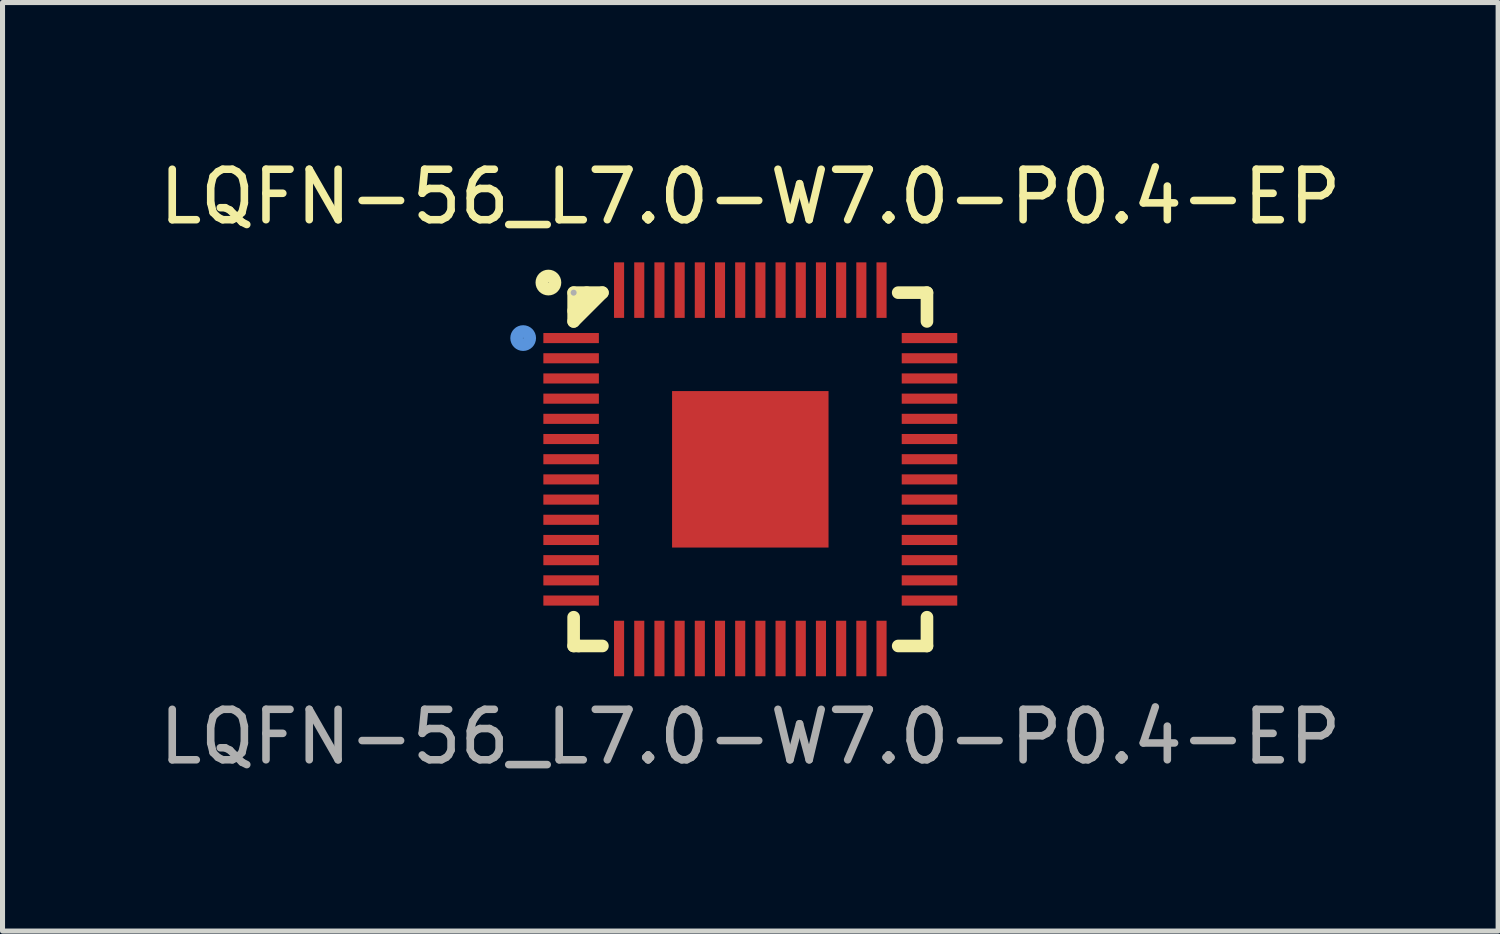
<source format=kicad_pcb>
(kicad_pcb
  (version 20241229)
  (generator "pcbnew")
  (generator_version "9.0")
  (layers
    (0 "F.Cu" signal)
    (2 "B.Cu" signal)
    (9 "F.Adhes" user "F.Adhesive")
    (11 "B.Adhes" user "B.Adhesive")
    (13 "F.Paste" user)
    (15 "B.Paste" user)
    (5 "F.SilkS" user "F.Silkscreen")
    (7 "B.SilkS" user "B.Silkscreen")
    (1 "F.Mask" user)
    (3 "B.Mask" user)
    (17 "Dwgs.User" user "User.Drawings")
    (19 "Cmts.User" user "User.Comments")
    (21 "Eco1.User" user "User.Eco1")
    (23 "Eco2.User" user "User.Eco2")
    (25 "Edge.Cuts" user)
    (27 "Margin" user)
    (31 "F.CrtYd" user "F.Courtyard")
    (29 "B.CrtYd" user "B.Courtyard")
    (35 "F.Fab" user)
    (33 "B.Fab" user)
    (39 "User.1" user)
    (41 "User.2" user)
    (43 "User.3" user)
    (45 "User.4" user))
  (footprint "LQFN-56_L7.0-W7.0-P0.4-EP"
    (layer "F.Cu")
    (at 11.815 6.248)
    (property "Reference" "LQFN-56_L7.0-W7.0-P0.4-EP" (at 0 -5.4 0) (layer "F.SilkS") (effects (font (size 1 1) (thickness 0.15))))
    (attr smd)
    (fp_line (start -3.5 -3.5) (end -2.93 -3.5) (stroke (width 0.25) (type solid)) (layer "F.SilkS"))
    (fp_line (start -3.5 -2.93) (end -3.5 -3.5) (stroke (width 0.25) (type solid)) (layer "F.SilkS"))
    (fp_line (start -3.5 -2.93) (end -2.93 -3.5) (stroke (width 0.25) (type solid)) (layer "F.SilkS"))
    (fp_line (start -3.5 3.5) (end -3.5 2.93) (stroke (width 0.25) (type solid)) (layer "F.SilkS"))
    (fp_line (start -3.4 3.5) (end -3.5 3.5) (stroke (width 0.25) (type solid)) (layer "F.SilkS"))
    (fp_line (start -3.24 -3.5) (end -3.24 -3.4) (stroke (width 0.25) (type solid)) (layer "F.SilkS"))
    (fp_line (start -3.24 -3.4) (end -3.5 -3.14) (stroke (width 0.25) (type solid)) (layer "F.SilkS"))
    (fp_line (start -2.93 3.5) (end -3.4 3.5) (stroke (width 0.25) (type solid)) (layer "F.SilkS"))
    (fp_line (start 2.93 -3.5) (end 3.5 -3.5) (stroke (width 0.25) (type solid)) (layer "F.SilkS"))
    (fp_line (start 3.5 -3.5) (end 3.5 -2.93) (stroke (width 0.25) (type solid)) (layer "F.SilkS"))
    (fp_line (start 3.5 2.93) (end 3.5 3.5) (stroke (width 0.25) (type solid)) (layer "F.SilkS"))
    (fp_line (start 3.5 3.5) (end 2.93 3.5) (stroke (width 0.25) (type solid)) (layer "F.SilkS"))
    (fp_circle (center -4 -3.7) (end -3.87 -3.7) (stroke (width 0.25) (type solid)) (fill no) (layer "F.SilkS"))
    (fp_circle (center -4.5 -2.6) (end -4.37 -2.6) (stroke (width 0.25) (type solid)) (fill no) (layer "Cmts.User"))
    (fp_circle (center -3.5 -3.5) (end -3.47 -3.5) (stroke (width 0.06) (type solid)) (fill no) (layer "F.Fab"))
    (fp_text user "${REFERENCE}" (at 0 5.3 0) (layer "F.Fab") (effects (font (size 1 1) (thickness 0.15))))
    (pad "1" smd rect (at -3.55 -2.6) (size 1.1 0.2) (layers "F.Cu" "F.Mask" "F.Paste"))
    (pad "2" smd rect (at -3.55 -2.2) (size 1.1 0.2) (layers "F.Cu" "F.Mask" "F.Paste"))
    (pad "3" smd rect (at -3.55 -1.8) (size 1.1 0.2) (layers "F.Cu" "F.Mask" "F.Paste"))
    (pad "4" smd rect (at -3.55 -1.4) (size 1.1 0.2) (layers "F.Cu" "F.Mask" "F.Paste"))
    (pad "5" smd rect (at -3.55 -1) (size 1.1 0.2) (layers "F.Cu" "F.Mask" "F.Paste"))
    (pad "6" smd rect (at -3.55 -0.6) (size 1.1 0.2) (layers "F.Cu" "F.Mask" "F.Paste"))
    (pad "7" smd rect (at -3.55 -0.2) (size 1.1 0.2) (layers "F.Cu" "F.Mask" "F.Paste"))
    (pad "8" smd rect (at -3.55 0.2) (size 1.1 0.2) (layers "F.Cu" "F.Mask" "F.Paste"))
    (pad "9" smd rect (at -3.55 0.6) (size 1.1 0.2) (layers "F.Cu" "F.Mask" "F.Paste"))
    (pad "10" smd rect (at -3.55 1) (size 1.1 0.2) (layers "F.Cu" "F.Mask" "F.Paste"))
    (pad "11" smd rect (at -3.55 1.4) (size 1.1 0.2) (layers "F.Cu" "F.Mask" "F.Paste"))
    (pad "12" smd rect (at -3.55 1.8) (size 1.1 0.2) (layers "F.Cu" "F.Mask" "F.Paste"))
    (pad "13" smd rect (at -3.55 2.2) (size 1.1 0.2) (layers "F.Cu" "F.Mask" "F.Paste"))
    (pad "14" smd rect (at -3.55 2.6) (size 1.1 0.2) (layers "F.Cu" "F.Mask" "F.Paste"))
    (pad "15" smd rect (at -2.6 3.55 90) (size 1.1 0.2) (layers "F.Cu" "F.Mask" "F.Paste"))
    (pad "16" smd rect (at -2.2 3.55 90) (size 1.1 0.2) (layers "F.Cu" "F.Mask" "F.Paste"))
    (pad "17" smd rect (at -1.8 3.55 90) (size 1.1 0.2) (layers "F.Cu" "F.Mask" "F.Paste"))
    (pad "18" smd rect (at -1.4 3.55 90) (size 1.1 0.2) (layers "F.Cu" "F.Mask" "F.Paste"))
    (pad "19" smd rect (at -1 3.55 90) (size 1.1 0.2) (layers "F.Cu" "F.Mask" "F.Paste"))
    (pad "20" smd rect (at -0.6 3.55 90) (size 1.1 0.2) (layers "F.Cu" "F.Mask" "F.Paste"))
    (pad "21" smd rect (at -0.2 3.55 90) (size 1.1 0.2) (layers "F.Cu" "F.Mask" "F.Paste"))
    (pad "22" smd rect (at 0.2 3.55 90) (size 1.1 0.2) (layers "F.Cu" "F.Mask" "F.Paste"))
    (pad "23" smd rect (at 0.6 3.55 90) (size 1.1 0.2) (layers "F.Cu" "F.Mask" "F.Paste"))
    (pad "24" smd rect (at 1 3.55 90) (size 1.1 0.2) (layers "F.Cu" "F.Mask" "F.Paste"))
    (pad "25" smd rect (at 1.4 3.55 90) (size 1.1 0.2) (layers "F.Cu" "F.Mask" "F.Paste"))
    (pad "26" smd rect (at 1.8 3.55 90) (size 1.1 0.2) (layers "F.Cu" "F.Mask" "F.Paste"))
    (pad "27" smd rect (at 2.2 3.55 90) (size 1.1 0.2) (layers "F.Cu" "F.Mask" "F.Paste"))
    (pad "28" smd rect (at 2.6 3.55 90) (size 1.1 0.2) (layers "F.Cu" "F.Mask" "F.Paste"))
    (pad "29" smd rect (at 3.55 2.6 180) (size 1.1 0.2) (layers "F.Cu" "F.Mask" "F.Paste"))
    (pad "30" smd rect (at 3.55 2.2 180) (size 1.1 0.2) (layers "F.Cu" "F.Mask" "F.Paste"))
    (pad "31" smd rect (at 3.55 1.8 180) (size 1.1 0.2) (layers "F.Cu" "F.Mask" "F.Paste"))
    (pad "32" smd rect (at 3.55 1.4 180) (size 1.1 0.2) (layers "F.Cu" "F.Mask" "F.Paste"))
    (pad "33" smd rect (at 3.55 1 180) (size 1.1 0.2) (layers "F.Cu" "F.Mask" "F.Paste"))
    (pad "34" smd rect (at 3.55 0.6 180) (size 1.1 0.2) (layers "F.Cu" "F.Mask" "F.Paste"))
    (pad "35" smd rect (at 3.55 0.2 180) (size 1.1 0.2) (layers "F.Cu" "F.Mask" "F.Paste"))
    (pad "36" smd rect (at 3.55 -0.2 180) (size 1.1 0.2) (layers "F.Cu" "F.Mask" "F.Paste"))
    (pad "37" smd rect (at 3.55 -0.6 180) (size 1.1 0.2) (layers "F.Cu" "F.Mask" "F.Paste"))
    (pad "38" smd rect (at 3.55 -1 180) (size 1.1 0.2) (layers "F.Cu" "F.Mask" "F.Paste"))
    (pad "39" smd rect (at 3.55 -1.4 180) (size 1.1 0.2) (layers "F.Cu" "F.Mask" "F.Paste"))
    (pad "40" smd rect (at 3.55 -1.8 180) (size 1.1 0.2) (layers "F.Cu" "F.Mask" "F.Paste"))
    (pad "41" smd rect (at 3.55 -2.2 180) (size 1.1 0.2) (layers "F.Cu" "F.Mask" "F.Paste"))
    (pad "42" smd rect (at 3.55 -2.6 180) (size 1.1 0.2) (layers "F.Cu" "F.Mask" "F.Paste"))
    (pad "43" smd rect (at 2.6 -3.55 270) (size 1.1 0.2) (layers "F.Cu" "F.Mask" "F.Paste"))
    (pad "44" smd rect (at 2.2 -3.55 270) (size 1.1 0.2) (layers "F.Cu" "F.Mask" "F.Paste"))
    (pad "45" smd rect (at 1.8 -3.55 270) (size 1.1 0.2) (layers "F.Cu" "F.Mask" "F.Paste"))
    (pad "46" smd rect (at 1.4 -3.55 270) (size 1.1 0.2) (layers "F.Cu" "F.Mask" "F.Paste"))
    (pad "47" smd rect (at 1 -3.55 270) (size 1.1 0.2) (layers "F.Cu" "F.Mask" "F.Paste"))
    (pad "48" smd rect (at 0.6 -3.55 270) (size 1.1 0.2) (layers "F.Cu" "F.Mask" "F.Paste"))
    (pad "49" smd rect (at 0.2 -3.55 270) (size 1.1 0.2) (layers "F.Cu" "F.Mask" "F.Paste"))
    (pad "50" smd rect (at -0.2 -3.55 270) (size 1.1 0.2) (layers "F.Cu" "F.Mask" "F.Paste"))
    (pad "51" smd rect (at -0.6 -3.55 270) (size 1.1 0.2) (layers "F.Cu" "F.Mask" "F.Paste"))
    (pad "52" smd rect (at -1 -3.55 270) (size 1.1 0.2) (layers "F.Cu" "F.Mask" "F.Paste"))
    (pad "53" smd rect (at -1.4 -3.55 270) (size 1.1 0.2) (layers "F.Cu" "F.Mask" "F.Paste"))
    (pad "54" smd rect (at -1.8 -3.55 270) (size 1.1 0.2) (layers "F.Cu" "F.Mask" "F.Paste"))
    (pad "55" smd rect (at -2.2 -3.55 270) (size 1.1 0.2) (layers "F.Cu" "F.Mask" "F.Paste"))
    (pad "56" smd rect (at -2.6 -3.55 270) (size 1.1 0.2) (layers "F.Cu" "F.Mask" "F.Paste"))
    (pad "57" smd rect (at 0 0) (size 3.1 3.1) (layers "F.Cu" "F.Mask" "F.Paste")))
  (gr_rect
    (start -3 -3)
    (end 26.631 15.396)
    (stroke (width 0.1) (type default))
    (fill no)
    (layer "Edge.Cuts")))
</source>
